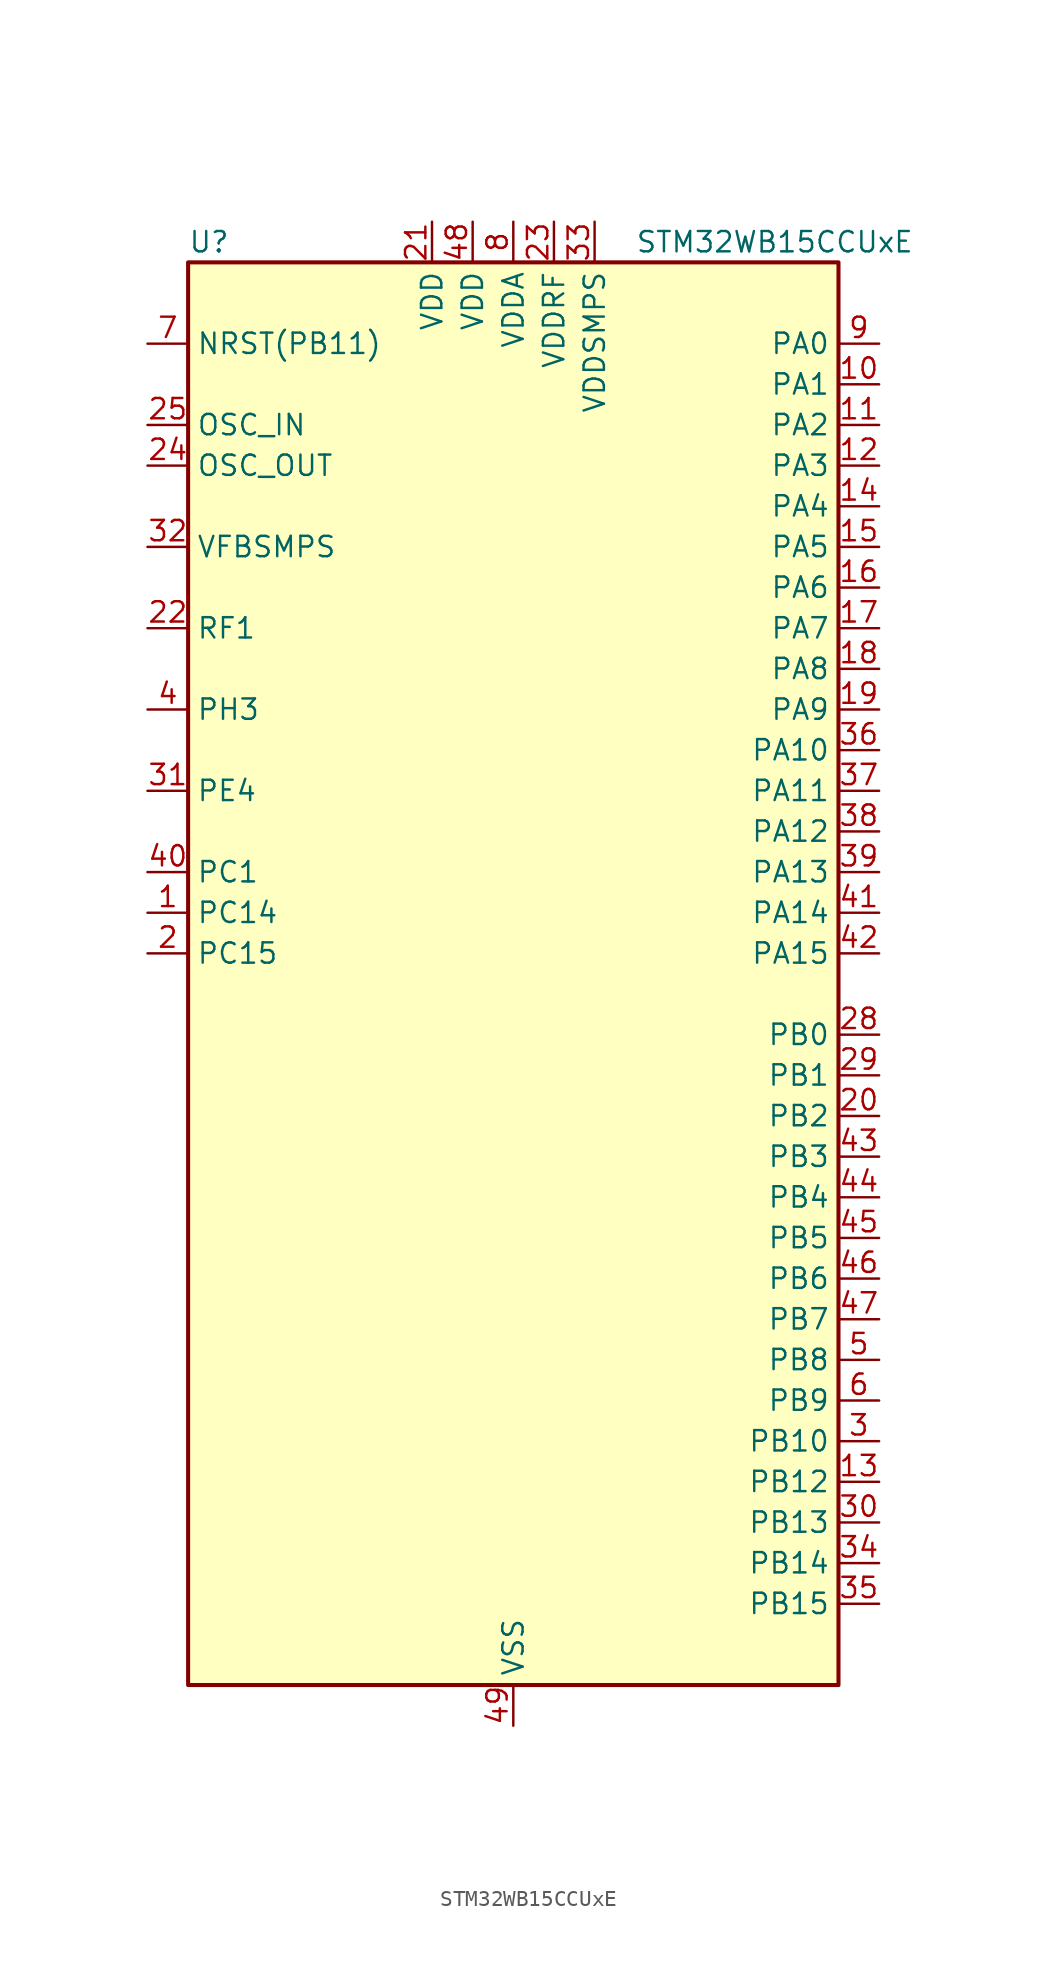
<source format=kicad_sym>
(kicad_symbol_lib
  (version 20231120)
  (generator "kicad-library-utils")
  (generator_version "8.0")
  (symbol "STM32WB15CCUxE"
    (property "Reference" "U"
      (at -20.32 46.99 0)
      (effects (font (size 1.27 1.27)) (justify left)))
    (property "Value" "STM32WB15CCUxE"
      (at 7.62 46.99 0)
      (effects (font (size 1.27 1.27)) (justify left)))
    (symbol "STM32WB15CCUxE_0_1"
      (rectangle (start -20.32 -43.18) (end 20.32 45.72) (stroke (width 0.254) (type default)) (fill (type background))))
    (symbol "STM32WB15CCUxE_1_1"
      (pin bidirectional line (at -22.86 5.08 0) (length 2.54) (name "PC14" (effects (font (size 1.27 1.27)))) (number "1" (effects (font (size 1.27 1.27)))) (alternate "RCC_OSC32_IN" bidirectional line))
      (pin bidirectional line (at 22.86 38.1 180) (length 2.54) (name "PA1" (effects (font (size 1.27 1.27)))) (number "10" (effects (font (size 1.27 1.27)))) (alternate "ADC1_IN6" bidirectional line) (alternate "COMP1_INP" bidirectional line) (alternate "I2C1_SMBA" bidirectional line) (alternate "SPI1_SCK" bidirectional line) (alternate "TIM2_CH2" bidirectional line))
      (pin bidirectional line (at 22.86 35.56 180) (length 2.54) (name "PA2" (effects (font (size 1.27 1.27)))) (number "11" (effects (font (size 1.27 1.27)))) (alternate "ADC1_IN7" bidirectional line) (alternate "LPUART1_TX" bidirectional line) (alternate "RCC_LSCO" bidirectional line) (alternate "SYS_WKUP4" bidirectional line) (alternate "TIM2_CH3" bidirectional line))
      (pin bidirectional line (at 22.86 33.02 180) (length 2.54) (name "PA3" (effects (font (size 1.27 1.27)))) (number "12" (effects (font (size 1.27 1.27)))) (alternate "ADC1_IN8" bidirectional line) (alternate "LPUART1_RX" bidirectional line) (alternate "TIM2_CH4" bidirectional line))
      (pin bidirectional line (at 22.86 -30.48 180) (length 2.54) (name "PB12" (effects (font (size 1.27 1.27)))) (number "13" (effects (font (size 1.27 1.27)))) (alternate "TIM2_CH2" bidirectional line) (alternate "TSC_G1_IO1" bidirectional line))
      (pin bidirectional line (at 22.86 30.48 180) (length 2.54) (name "PA4" (effects (font (size 1.27 1.27)))) (number "14" (effects (font (size 1.27 1.27)))) (alternate "ADC1_IN9" bidirectional line) (alternate "COMP1_INM" bidirectional line) (alternate "LPTIM2_OUT" bidirectional line) (alternate "SPI1_NSS" bidirectional line))
      (pin bidirectional line (at 22.86 27.94 180) (length 2.54) (name "PA5" (effects (font (size 1.27 1.27)))) (number "15" (effects (font (size 1.27 1.27)))) (alternate "ADC1_IN10" bidirectional line) (alternate "COMP1_INM" bidirectional line) (alternate "LPTIM2_ETR" bidirectional line) (alternate "SPI1_MOSI" bidirectional line) (alternate "SPI1_SCK" bidirectional line) (alternate "TIM2_CH1" bidirectional line) (alternate "TIM2_ETR" bidirectional line))
      (pin bidirectional line (at 22.86 25.4 180) (length 2.54) (name "PA6" (effects (font (size 1.27 1.27)))) (number "16" (effects (font (size 1.27 1.27)))) (alternate "ADC1_IN11" bidirectional line) (alternate "LPUART1_CTS" bidirectional line) (alternate "SPI1_MISO" bidirectional line) (alternate "TIM1_BKIN" bidirectional line))
      (pin bidirectional line (at 22.86 22.86 180) (length 2.54) (name "PA7" (effects (font (size 1.27 1.27)))) (number "17" (effects (font (size 1.27 1.27)))) (alternate "ADC1_IN2" bidirectional line) (alternate "SPI1_MOSI" bidirectional line) (alternate "TIM1_CH1N" bidirectional line))
      (pin bidirectional line (at 22.86 20.32 180) (length 2.54) (name "PA8" (effects (font (size 1.27 1.27)))) (number "18" (effects (font (size 1.27 1.27)))) (alternate "ADC1_IN3" bidirectional line) (alternate "LPTIM2_OUT" bidirectional line) (alternate "RCC_MCO" bidirectional line) (alternate "TIM1_CH1" bidirectional line) (alternate "USART1_CK" bidirectional line))
      (pin bidirectional line (at 22.86 17.78 180) (length 2.54) (name "PA9" (effects (font (size 1.27 1.27)))) (number "19" (effects (font (size 1.27 1.27)))) (alternate "ADC1_IN4" bidirectional line) (alternate "COMP1_INM" bidirectional line) (alternate "I2C1_SCL" bidirectional line) (alternate "TIM1_CH2" bidirectional line) (alternate "USART1_TX" bidirectional line))
      (pin bidirectional line (at -22.86 2.54 0) (length 2.54) (name "PC15" (effects (font (size 1.27 1.27)))) (number "2" (effects (font (size 1.27 1.27)))) (alternate "RCC_OSC32_OUT" bidirectional line))
      (pin bidirectional line (at 22.86 -7.62 180) (length 2.54) (name "PB2" (effects (font (size 1.27 1.27)))) (number "20" (effects (font (size 1.27 1.27)))) (alternate "COMP1_INP" bidirectional line) (alternate "LPTIM1_OUT" bidirectional line) (alternate "RTC_OUT" bidirectional line) (alternate "SPI1_NSS" bidirectional line))
      (pin power_in line (at -5.08 48.26 270) (length 2.54) (name "VDD" (effects (font (size 1.27 1.27)))) (number "21" (effects (font (size 1.27 1.27)))))
      (pin bidirectional line (at -22.86 22.86 0) (length 2.54) (name "RF1" (effects (font (size 1.27 1.27)))) (number "22" (effects (font (size 1.27 1.27)))) (alternate "RF_RF1" bidirectional line))
      (pin power_in line (at 2.54 48.26 270) (length 2.54) (name "VDDRF" (effects (font (size 1.27 1.27)))) (number "23" (effects (font (size 1.27 1.27)))))
      (pin input line (at -22.86 33.02 0) (length 2.54) (name "OSC_OUT" (effects (font (size 1.27 1.27)))) (number "24" (effects (font (size 1.27 1.27)))) (alternate "RCC_OSC_OUT" bidirectional line))
      (pin input line (at -22.86 35.56 0) (length 2.54) (name "OSC_IN" (effects (font (size 1.27 1.27)))) (number "25" (effects (font (size 1.27 1.27)))) (alternate "RCC_OSC_IN" bidirectional line))
      (pin no_connect line (at -20.32 -43.18 0) (length 2.54) hide (name "AT0" (effects (font (size 1.27 1.27)))) (number "26" (effects (font (size 1.27 1.27)))))
      (pin no_connect line (at -20.32 -40.64 0) (length 2.54) hide (name "AT1" (effects (font (size 1.27 1.27)))) (number "27" (effects (font (size 1.27 1.27)))))
      (pin bidirectional line (at 22.86 -2.54 180) (length 2.54) (name "PB0" (effects (font (size 1.27 1.27)))) (number "28" (effects (font (size 1.27 1.27)))) (alternate "COMP1_OUT" bidirectional line) (alternate "RF_TX_MOD_EXT_PA" bidirectional line))
      (pin bidirectional line (at 22.86 -5.08 180) (length 2.54) (name "PB1" (effects (font (size 1.27 1.27)))) (number "29" (effects (font (size 1.27 1.27)))) (alternate "LPTIM2_IN1" bidirectional line) (alternate "LPUART1_DE" bidirectional line) (alternate "LPUART1_RTS" bidirectional line))
      (pin bidirectional line (at 22.86 -27.94 180) (length 2.54) (name "PB10" (effects (font (size 1.27 1.27)))) (number "3" (effects (font (size 1.27 1.27)))) (alternate "TSC_G3_IO2" bidirectional line))
      (pin bidirectional line (at 22.86 -33.02 180) (length 2.54) (name "PB13" (effects (font (size 1.27 1.27)))) (number "30" (effects (font (size 1.27 1.27)))) (alternate "TIM2_CH3" bidirectional line) (alternate "TSC_G1_IO2" bidirectional line))
      (pin bidirectional line (at -22.86 12.7 0) (length 2.54) (name "PE4" (effects (font (size 1.27 1.27)))) (number "31" (effects (font (size 1.27 1.27)))))
      (pin input line (at -22.86 27.94 0) (length 2.54) (name "VFBSMPS" (effects (font (size 1.27 1.27)))) (number "32" (effects (font (size 1.27 1.27)))))
      (pin power_in line (at 5.08 48.26 270) (length 2.54) (name "VDDSMPS" (effects (font (size 1.27 1.27)))) (number "33" (effects (font (size 1.27 1.27)))))
      (pin bidirectional line (at 22.86 -35.56 180) (length 2.54) (name "PB14" (effects (font (size 1.27 1.27)))) (number "34" (effects (font (size 1.27 1.27)))) (alternate "TIM1_CH1" bidirectional line))
      (pin bidirectional line (at 22.86 -38.1 180) (length 2.54) (name "PB15" (effects (font (size 1.27 1.27)))) (number "35" (effects (font (size 1.27 1.27)))) (alternate "TIM2_CH1" bidirectional line))
      (pin bidirectional line (at 22.86 15.24 180) (length 2.54) (name "PA10" (effects (font (size 1.27 1.27)))) (number "36" (effects (font (size 1.27 1.27)))) (alternate "I2C1_SDA" bidirectional line) (alternate "TIM1_CH3" bidirectional line) (alternate "TSC_G7_IO2" bidirectional line) (alternate "USART1_RX" bidirectional line))
      (pin bidirectional line (at 22.86 12.7 180) (length 2.54) (name "PA11" (effects (font (size 1.27 1.27)))) (number "37" (effects (font (size 1.27 1.27)))) (alternate "ADC1_EXTI11" bidirectional line) (alternate "SPI1_MISO" bidirectional line) (alternate "TIM1_BKIN2" bidirectional line) (alternate "TIM1_CH4" bidirectional line) (alternate "USART1_CTS" bidirectional line) (alternate "USART1_NSS" bidirectional line))
      (pin bidirectional line (at 22.86 10.16 180) (length 2.54) (name "PA12" (effects (font (size 1.27 1.27)))) (number "38" (effects (font (size 1.27 1.27)))) (alternate "LPUART1_RX" bidirectional line) (alternate "SPI1_MOSI" bidirectional line) (alternate "TIM1_ETR" bidirectional line) (alternate "USART1_DE" bidirectional line) (alternate "USART1_RTS" bidirectional line))
      (pin bidirectional line (at 22.86 7.62 180) (length 2.54) (name "PA13" (effects (font (size 1.27 1.27)))) (number "39" (effects (font (size 1.27 1.27)))) (alternate "SPI1_MOSI" bidirectional line) (alternate "SYS_JTMS-SWDIO" bidirectional line) (alternate "TSC_G7_IO1" bidirectional line))
      (pin bidirectional line (at -22.86 17.78 0) (length 2.54) (name "PH3" (effects (font (size 1.27 1.27)))) (number "4" (effects (font (size 1.27 1.27)))) (alternate "RCC_LSCO" bidirectional line))
      (pin bidirectional line (at -22.86 7.62 0) (length 2.54) (name "PC1" (effects (font (size 1.27 1.27)))) (number "40" (effects (font (size 1.27 1.27)))) (alternate "TSC_G3_IO3" bidirectional line))
      (pin bidirectional line (at 22.86 5.08 180) (length 2.54) (name "PA14" (effects (font (size 1.27 1.27)))) (number "41" (effects (font (size 1.27 1.27)))) (alternate "I2C1_SMBA" bidirectional line) (alternate "LPTIM1_OUT" bidirectional line) (alternate "SPI1_NSS" bidirectional line) (alternate "SYS_JTCK-SWCLK" bidirectional line))
      (pin bidirectional line (at 22.86 2.54 180) (length 2.54) (name "PA15" (effects (font (size 1.27 1.27)))) (number "42" (effects (font (size 1.27 1.27)))) (alternate "RCC_MCO" bidirectional line) (alternate "SPI1_NSS" bidirectional line) (alternate "SYS_JTDI" bidirectional line) (alternate "TIM2_CH1" bidirectional line) (alternate "TIM2_ETR" bidirectional line) (alternate "TSC_G3_IO1" bidirectional line))
      (pin bidirectional line (at 22.86 -10.16 180) (length 2.54) (name "PB3" (effects (font (size 1.27 1.27)))) (number "43" (effects (font (size 1.27 1.27)))) (alternate "SPI1_SCK" bidirectional line) (alternate "SYS_JTDO-SWO" bidirectional line) (alternate "TIM2_CH2" bidirectional line) (alternate "USART1_DE" bidirectional line) (alternate "USART1_RTS" bidirectional line))
      (pin bidirectional line (at 22.86 -12.7 180) (length 2.54) (name "PB4" (effects (font (size 1.27 1.27)))) (number "44" (effects (font (size 1.27 1.27)))) (alternate "SPI1_MISO" bidirectional line) (alternate "SYS_JTRST" bidirectional line) (alternate "TSC_G2_IO1" bidirectional line) (alternate "USART1_CTS" bidirectional line) (alternate "USART1_NSS" bidirectional line))
      (pin bidirectional line (at 22.86 -15.24 180) (length 2.54) (name "PB5" (effects (font (size 1.27 1.27)))) (number "45" (effects (font (size 1.27 1.27)))) (alternate "I2C1_SMBA" bidirectional line) (alternate "LPTIM1_IN1" bidirectional line) (alternate "LPUART1_TX" bidirectional line) (alternate "SPI1_MOSI" bidirectional line) (alternate "TSC_G2_IO2" bidirectional line) (alternate "USART1_CK" bidirectional line))
      (pin bidirectional line (at 22.86 -17.78 180) (length 2.54) (name "PB6" (effects (font (size 1.27 1.27)))) (number "46" (effects (font (size 1.27 1.27)))) (alternate "I2C1_SCL" bidirectional line) (alternate "LPTIM1_ETR" bidirectional line) (alternate "RCC_MCO" bidirectional line) (alternate "SPI1_NSS" bidirectional line) (alternate "TSC_G2_IO3" bidirectional line) (alternate "USART1_TX" bidirectional line))
      (pin bidirectional line (at 22.86 -20.32 180) (length 2.54) (name "PB7" (effects (font (size 1.27 1.27)))) (number "47" (effects (font (size 1.27 1.27)))) (alternate "I2C1_SDA" bidirectional line) (alternate "LPTIM1_IN2" bidirectional line) (alternate "SYS_PVD_IN" bidirectional line) (alternate "TIM1_BKIN" bidirectional line) (alternate "TIM1_CH3" bidirectional line) (alternate "TSC_G2_IO4" bidirectional line) (alternate "USART1_RX" bidirectional line))
      (pin power_in line (at -2.54 48.26 270) (length 2.54) (name "VDD" (effects (font (size 1.27 1.27)))) (number "48" (effects (font (size 1.27 1.27)))))
      (pin power_in line (at 0 -45.72 90) (length 2.54) (name "VSS" (effects (font (size 1.27 1.27)))) (number "49" (effects (font (size 1.27 1.27)))))
      (pin bidirectional line (at 22.86 -22.86 180) (length 2.54) (name "PB8" (effects (font (size 1.27 1.27)))) (number "5" (effects (font (size 1.27 1.27)))) (alternate "I2C1_SCL" bidirectional line) (alternate "TIM1_CH2N" bidirectional line) (alternate "TSC_G7_IO3" bidirectional line))
      (pin bidirectional line (at 22.86 -25.4 180) (length 2.54) (name "PB9" (effects (font (size 1.27 1.27)))) (number "6" (effects (font (size 1.27 1.27)))) (alternate "I2C1_SDA" bidirectional line) (alternate "TIM1_CH3N" bidirectional line) (alternate "TSC_G7_IO4" bidirectional line))
      (pin input line (at -22.86 40.64 0) (length 2.54) (name "NRST(PB11)" (effects (font (size 1.27 1.27)))) (number "7" (effects (font (size 1.27 1.27)))))
      (pin power_in line (at 0 48.26 270) (length 2.54) (name "VDDA" (effects (font (size 1.27 1.27)))) (number "8" (effects (font (size 1.27 1.27)))))
      (pin bidirectional line (at 22.86 40.64 180) (length 2.54) (name "PA0" (effects (font (size 1.27 1.27)))) (number "9" (effects (font (size 1.27 1.27)))) (alternate "ADC1_IN5" bidirectional line) (alternate "COMP1_INM" bidirectional line) (alternate "COMP1_OUT" bidirectional line) (alternate "RTC_TAMP2" bidirectional line) (alternate "SYS_WKUP1" bidirectional line) (alternate "TIM2_CH1" bidirectional line) (alternate "TIM2_ETR" bidirectional line)))))
</source>
